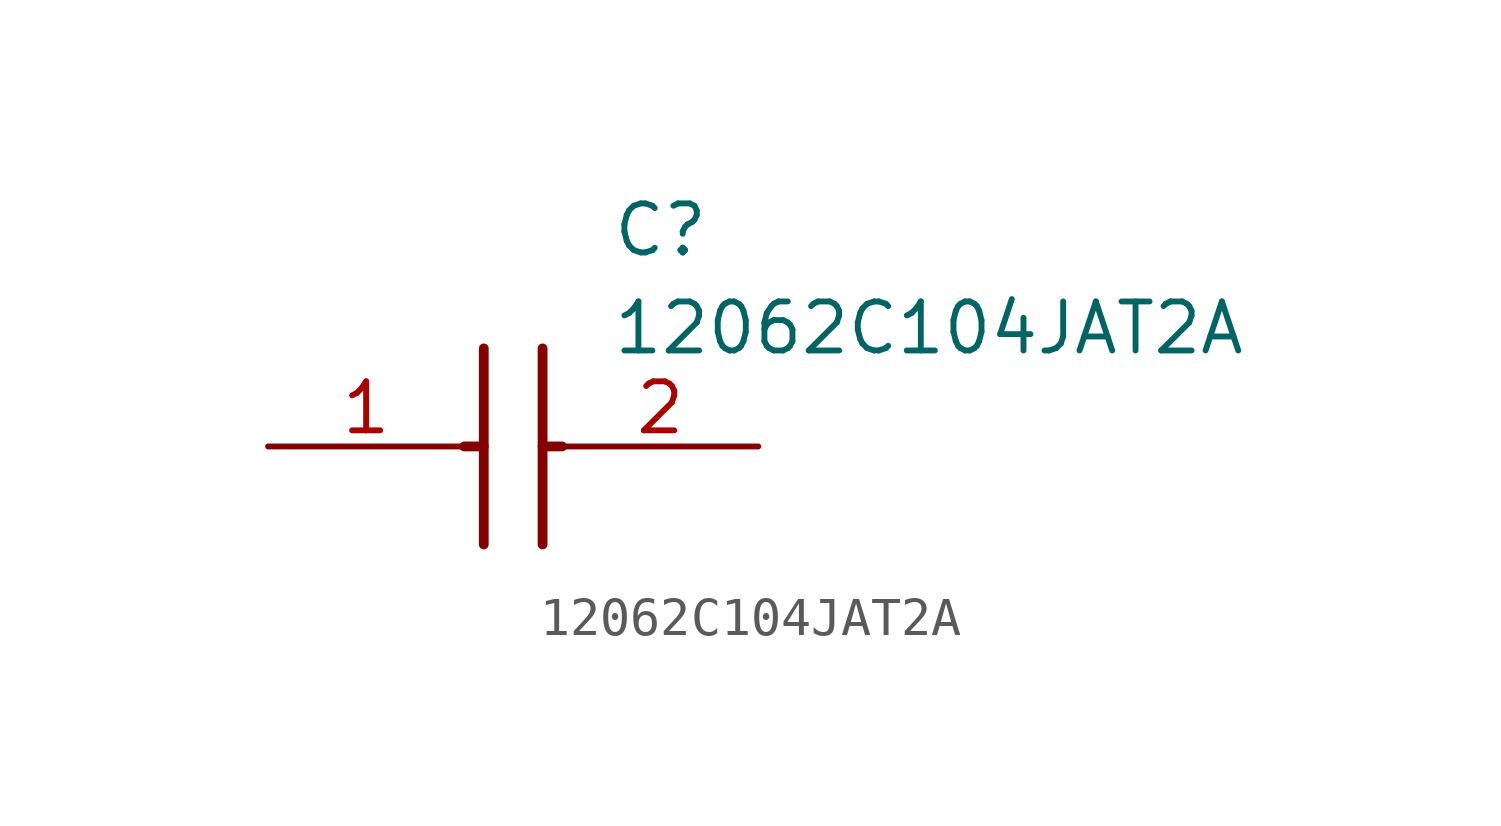
<source format=kicad_sym>
(kicad_symbol_lib
  (version 20211014)
  (generator SamacSys_ECAD_Model)
  (symbol "12062C104JAT2A"
    (pin_names hide)
    (property "Reference" "C"
      (at 8.89 6.35 0)
      (effects (font (size 1.27 1.27)) (justify left top)))
    (property "Value" "12062C104JAT2A"
      (at 8.89 3.81 0)
      (effects (font (size 1.27 1.27)) (justify left top)))
    (polyline
      (pts (xy 5.588 2.54) (xy 5.588 -2.54))
      (stroke (width 0.254) (type default))
      (fill (type none)))
    (polyline
      (pts (xy 7.112 2.54) (xy 7.112 -2.54))
      (stroke (width 0.254) (type default))
      (fill (type none)))
    (polyline
      (pts (xy 5.08 0) (xy 5.588 0))
      (stroke (width 0.254) (type default))
      (fill (type none)))
    (polyline
      (pts (xy 7.112 0) (xy 7.62 0))
      (stroke (width 0.254) (type default))
      (fill (type none)))
    (pin passive line
      (at 0 0 0)
      (length 5.08)
      (name "1" (effects (font (size 1.27 1.27))))
      (number "1" (effects (font (size 1.27 1.27)))))
    (pin passive line
      (at 12.7 0 180)
      (length 5.08)
      (name "2" (effects (font (size 1.27 1.27))))
      (number "2" (effects (font (size 1.27 1.27)))))))
</source>
